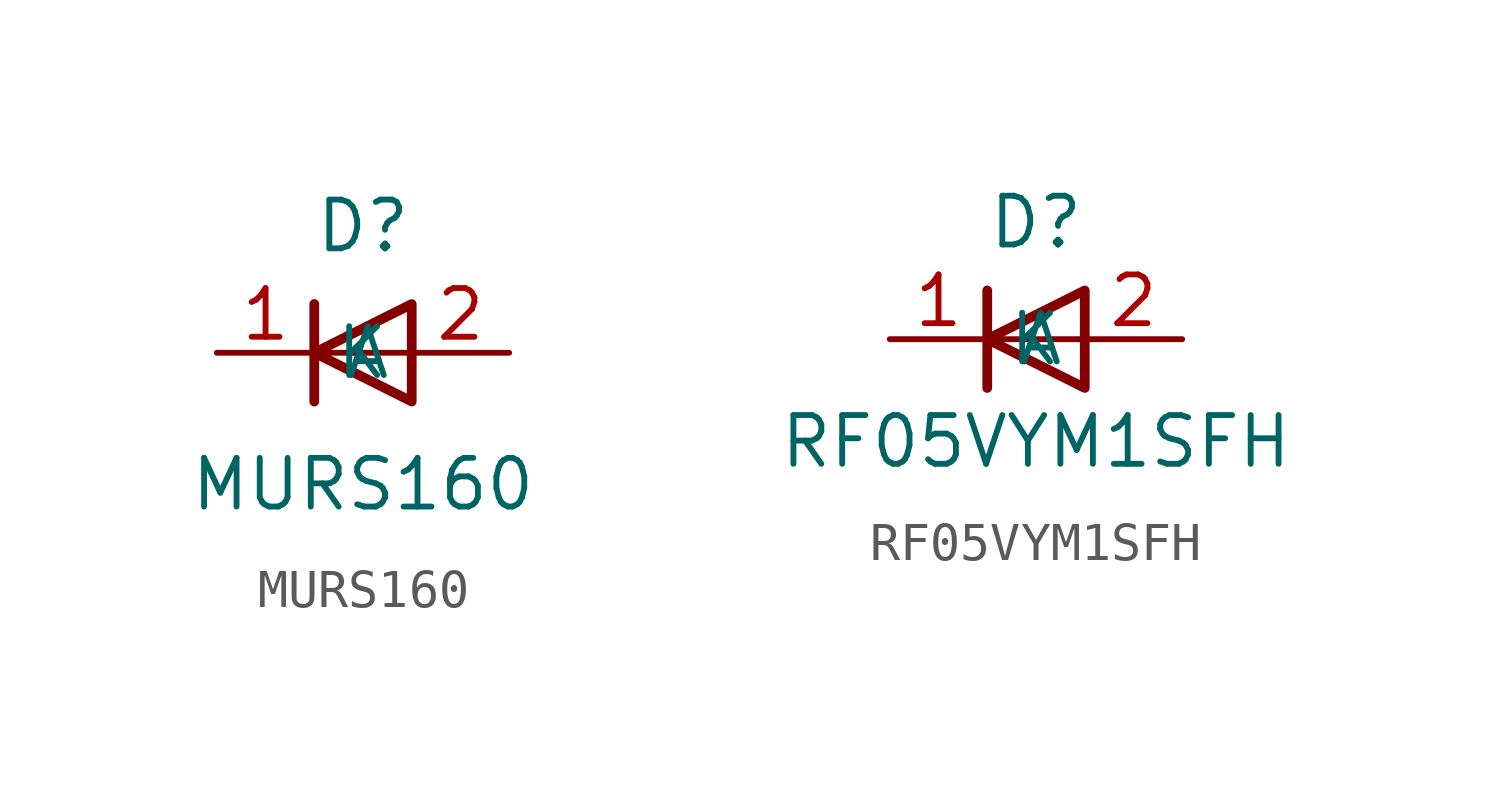
<source format=kicad_sym>
(kicad_symbol_lib
  (version 20211014)
  (generator kicad_symbol_editor)
  (symbol "MURS160"
    (property "Reference" "D"
      (at 0 3.302 0)
      (effects (font (size 1.27 1.27))))
    (property "Value" "MURS160"
      (at 0 -3.429 0)
      (effects (font (size 1.27 1.27))))
    (symbol "MURS160_0_1"
      (polyline (pts (xy -1.27 1.27) (xy -1.27 -1.27)) (stroke (width 0.254) (type default) (color 0 0 0 0)) (fill (type none)))
      (polyline (pts (xy 1.27 0) (xy -1.27 0)) (stroke (width 0) (type default) (color 0 0 0 0)) (fill (type none)))
      (polyline (pts (xy 1.27 1.27) (xy 1.27 -1.27) (xy -1.27 0) (xy 1.27 1.27)) (stroke (width 0.254) (type default) (color 0 0 0 0)) (fill (type none))))
    (symbol "MURS160_1_1"
      (pin passive line (at -3.81 0 0) (length 2.54) (name "K" (effects (font (size 1.27 1.27)))) (number "1" (effects (font (size 1.27 1.27)))))
      (pin passive line (at 3.81 0 180) (length 2.54) (name "A" (effects (font (size 1.27 1.27)))) (number "2" (effects (font (size 1.27 1.27)))))))
  (symbol "RF05VYM1SFH"
    (property "Reference" "D"
      (at 0 3.048 0)
      (effects (font (size 1.27 1.27))))
    (property "Value" "RF05VYM1SFH"
      (at 0 -2.667 0)
      (effects (font (size 1.27 1.27))))
    (symbol "RF05VYM1SFH_0_1"
      (polyline (pts (xy -1.27 1.27) (xy -1.27 -1.27)) (stroke (width 0.254) (type default) (color 0 0 0 0)) (fill (type none)))
      (polyline (pts (xy 1.27 0) (xy -1.27 0)) (stroke (width 0) (type default) (color 0 0 0 0)) (fill (type none)))
      (polyline (pts (xy 1.27 1.27) (xy 1.27 -1.27) (xy -1.27 0) (xy 1.27 1.27)) (stroke (width 0.254) (type default) (color 0 0 0 0)) (fill (type none))))
    (symbol "RF05VYM1SFH_1_1"
      (pin passive line (at -3.81 0 0) (length 2.54) (name "K" (effects (font (size 1.27 1.27)))) (number "1" (effects (font (size 1.27 1.27)))))
      (pin passive line (at 3.81 0 180) (length 2.54) (name "A" (effects (font (size 1.27 1.27)))) (number "2" (effects (font (size 1.27 1.27))))))))
</source>
